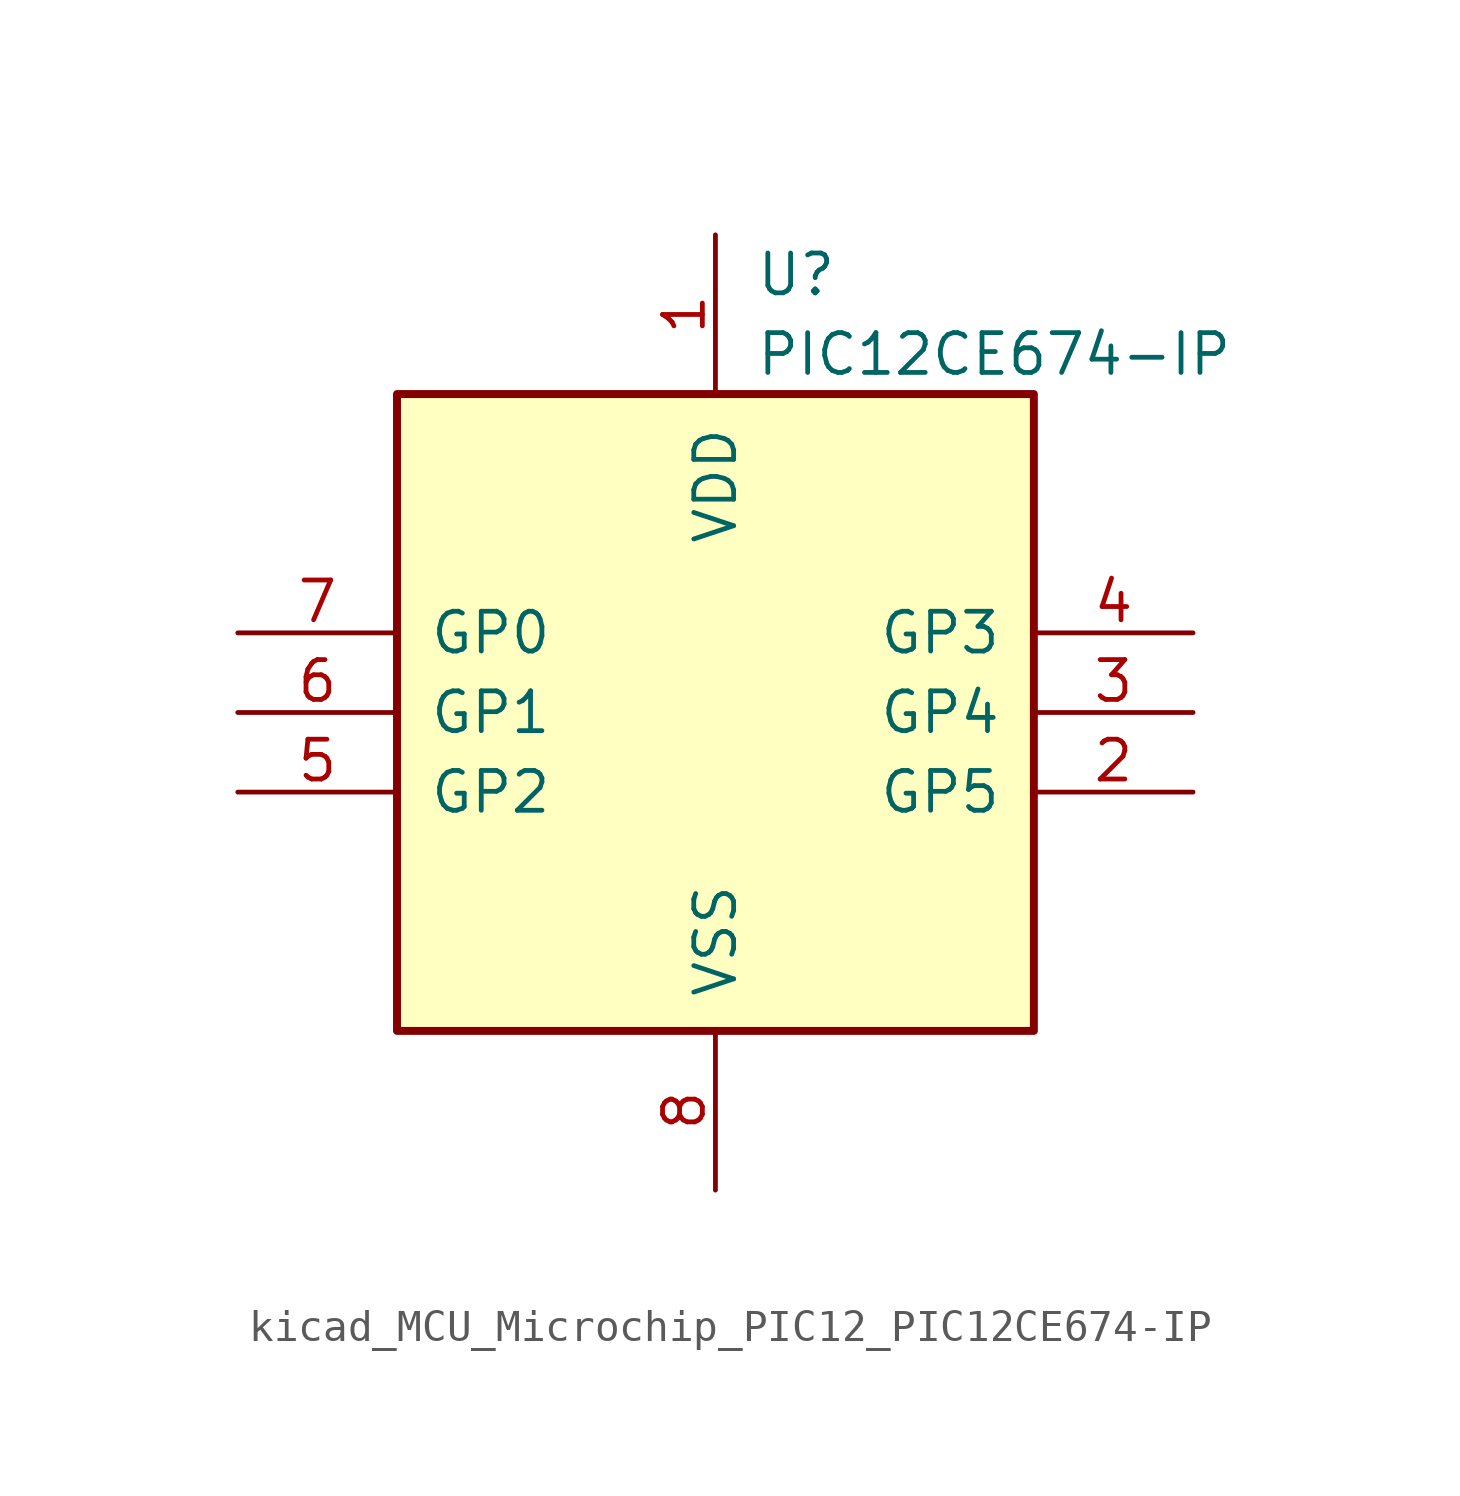
<source format=kicad_sym>
(kicad_symbol_lib
  (version 20220914)
  (generator kicad_symbol_editor)
  (symbol "kicad_MCU_Microchip_PIC12_PIC12CE674-IP"
    (pin_names
      (offset 1.016))
    (property "Reference" "U"
      (at 1.27 13.97 0)
      (effects (font (size 1.27 1.27)) (justify left)))
    (property "Value" "PIC12CE674-IP"
      (at 1.27 11.43 0)
      (effects (font (size 1.27 1.27)) (justify left)))
    (symbol "kicad_MCU_Microchip_PIC12_PIC12CE674-IP_0_1"
      (rectangle (start 10.16 -10.16) (end -10.16 10.16) (stroke (width 0.254) (type default)) (fill (type background))))
    (symbol "kicad_MCU_Microchip_PIC12_PIC12CE674-IP_1_1"
      (pin power_in line (at 0 15.24 270) (length 5.08) (name "VDD" (effects (font (size 1.27 1.27)))) (number "1" (effects (font (size 1.27 1.27)))))
      (pin bidirectional line (at 15.24 -2.54 180) (length 5.08) (name "GP5" (effects (font (size 1.27 1.27)))) (number "2" (effects (font (size 1.27 1.27)))))
      (pin bidirectional line (at 15.24 0 180) (length 5.08) (name "GP4" (effects (font (size 1.27 1.27)))) (number "3" (effects (font (size 1.27 1.27)))))
      (pin input line (at 15.24 2.54 180) (length 5.08) (name "GP3" (effects (font (size 1.27 1.27)))) (number "4" (effects (font (size 1.27 1.27)))))
      (pin bidirectional line (at -15.24 -2.54 0) (length 5.08) (name "GP2" (effects (font (size 1.27 1.27)))) (number "5" (effects (font (size 1.27 1.27)))))
      (pin bidirectional line (at -15.24 0 0) (length 5.08) (name "GP1" (effects (font (size 1.27 1.27)))) (number "6" (effects (font (size 1.27 1.27)))))
      (pin bidirectional line (at -15.24 2.54 0) (length 5.08) (name "GP0" (effects (font (size 1.27 1.27)))) (number "7" (effects (font (size 1.27 1.27)))))
      (pin power_in line (at 0 -15.24 90) (length 5.08) (name "VSS" (effects (font (size 1.27 1.27)))) (number "8" (effects (font (size 1.27 1.27))))))))
</source>
